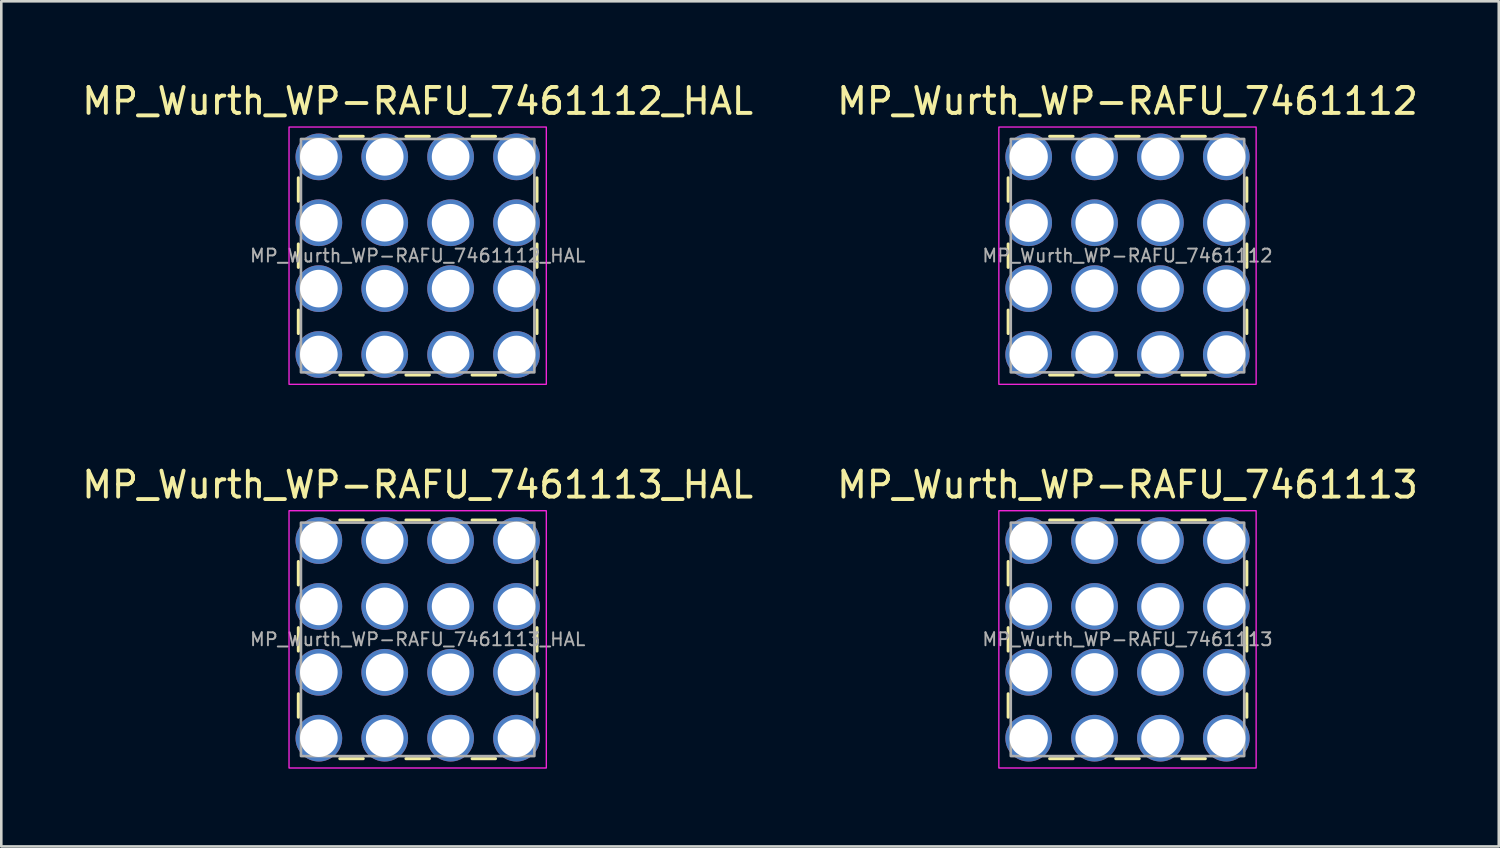
<source format=kicad_pcb>
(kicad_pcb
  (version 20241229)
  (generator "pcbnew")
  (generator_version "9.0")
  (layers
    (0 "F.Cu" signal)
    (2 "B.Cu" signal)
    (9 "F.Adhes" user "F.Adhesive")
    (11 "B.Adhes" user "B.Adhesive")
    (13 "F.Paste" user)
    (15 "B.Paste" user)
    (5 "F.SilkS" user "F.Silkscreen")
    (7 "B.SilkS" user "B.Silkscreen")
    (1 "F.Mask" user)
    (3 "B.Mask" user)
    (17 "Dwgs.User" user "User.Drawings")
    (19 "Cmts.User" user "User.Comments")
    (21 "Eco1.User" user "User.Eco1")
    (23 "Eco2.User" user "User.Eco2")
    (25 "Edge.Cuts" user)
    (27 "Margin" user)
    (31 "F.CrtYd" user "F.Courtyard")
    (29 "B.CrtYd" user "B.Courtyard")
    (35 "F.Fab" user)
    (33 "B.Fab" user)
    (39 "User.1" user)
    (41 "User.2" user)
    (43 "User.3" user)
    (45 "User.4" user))
  (footprint "MP_Wurth_WP-RAFU_7461112_HAL"
    (layer "F.Cu")
    (at 13.054 6.808)
    (property "Reference" "MP_Wurth_WP-RAFU_7461112_HAL" (at 0 -5.96 0) (unlocked yes) (layer "F.SilkS") (effects (font (size 1 1) (thickness 0.15))))
    (attr through_hole)
    (fp_line (start -4.6 -2.1) (end -4.6 -3) (stroke (width 0.12) (type solid)) (layer "F.SilkS"))
    (fp_line (start -4.6 0.45) (end -4.6 -0.45) (stroke (width 0.12) (type solid)) (layer "F.SilkS"))
    (fp_line (start -4.6 3) (end -4.6 2.1) (stroke (width 0.12) (type solid)) (layer "F.SilkS"))
    (fp_line (start -3 -4.6) (end -2.1 -4.6) (stroke (width 0.12) (type solid)) (layer "F.SilkS"))
    (fp_line (start -2.1 4.6) (end -3 4.6) (stroke (width 0.12) (type solid)) (layer "F.SilkS"))
    (fp_line (start -0.45 -4.6) (end 0.45 -4.6) (stroke (width 0.12) (type solid)) (layer "F.SilkS"))
    (fp_line (start 0.45 4.6) (end -0.45 4.6) (stroke (width 0.12) (type solid)) (layer "F.SilkS"))
    (fp_line (start 2.1 -4.6) (end 3 -4.6) (stroke (width 0.12) (type solid)) (layer "F.SilkS"))
    (fp_line (start 3 4.6) (end 2.1 4.6) (stroke (width 0.12) (type solid)) (layer "F.SilkS"))
    (fp_line (start 4.6 -3) (end 4.6 -2.1) (stroke (width 0.12) (type solid)) (layer "F.SilkS"))
    (fp_line (start 4.6 -0.45) (end 4.6 0.45) (stroke (width 0.12) (type solid)) (layer "F.SilkS"))
    (fp_line (start 4.6 2.1) (end 4.6 3) (stroke (width 0.12) (type solid)) (layer "F.SilkS"))
    (fp_rect (start -4.96 -4.96) (end 4.96 4.96) (stroke (width 0.05) (type solid)) (fill no) (layer "F.CrtYd"))
    (fp_rect (start -4.5 -4.5) (end 4.5 4.5) (stroke (width 0.1) (type solid)) (fill no) (layer "F.Fab"))
    (fp_text user "${REFERENCE}" (at 0 0 0) (unlocked yes) (layer "F.Fab") (effects (font (size 0.5 0.5) (thickness 0.075))))
    (pad "1" thru_hole circle (at -3.81 -3.81) (size 1.8 1.8) (drill 1.45) (layers "*.Cu" "*.Mask"))
    (pad "1" thru_hole circle (at -3.81 -1.27) (size 1.8 1.8) (drill 1.45) (layers "*.Cu" "*.Mask"))
    (pad "1" thru_hole circle (at -3.81 1.27) (size 1.8 1.8) (drill 1.45) (layers "*.Cu" "*.Mask"))
    (pad "1" thru_hole circle (at -3.81 3.81) (size 1.8 1.8) (drill 1.45) (layers "*.Cu" "*.Mask"))
    (pad "1" thru_hole circle (at -1.27 -3.81) (size 1.8 1.8) (drill 1.45) (layers "*.Cu" "*.Mask"))
    (pad "1" thru_hole circle (at -1.27 -1.27) (size 1.8 1.8) (drill 1.45) (layers "*.Cu" "*.Mask"))
    (pad "1" thru_hole circle (at -1.27 1.27) (size 1.8 1.8) (drill 1.45) (layers "*.Cu" "*.Mask"))
    (pad "1" thru_hole circle (at -1.27 3.81) (size 1.8 1.8) (drill 1.45) (layers "*.Cu" "*.Mask"))
    (pad "1" thru_hole circle (at 1.27 -3.81) (size 1.8 1.8) (drill 1.45) (layers "*.Cu" "*.Mask"))
    (pad "1" thru_hole circle (at 1.27 -1.27) (size 1.8 1.8) (drill 1.45) (layers "*.Cu" "*.Mask"))
    (pad "1" thru_hole circle (at 1.27 1.27) (size 1.8 1.8) (drill 1.45) (layers "*.Cu" "*.Mask"))
    (pad "1" thru_hole circle (at 1.27 3.81) (size 1.8 1.8) (drill 1.45) (layers "*.Cu" "*.Mask"))
    (pad "1" thru_hole circle (at 3.81 -3.81) (size 1.8 1.8) (drill 1.45) (layers "*.Cu" "*.Mask"))
    (pad "1" thru_hole circle (at 3.81 -1.27) (size 1.8 1.8) (drill 1.45) (layers "*.Cu" "*.Mask"))
    (pad "1" thru_hole circle (at 3.81 1.27) (size 1.8 1.8) (drill 1.45) (layers "*.Cu" "*.Mask"))
    (pad "1" thru_hole circle (at 3.81 3.81) (size 1.8 1.8) (drill 1.45) (layers "*.Cu" "*.Mask")))
  (footprint "MP_Wurth_WP-RAFU_7461112"
    (layer "F.Cu")
    (at 40.423 6.808)
    (property "Reference" "MP_Wurth_WP-RAFU_7461112" (at 0 -5.96 0) (unlocked yes) (layer "F.SilkS") (effects (font (size 1 1) (thickness 0.15))))
    (attr through_hole)
    (fp_line (start -4.6 -2.1) (end -4.6 -3) (stroke (width 0.12) (type solid)) (layer "F.SilkS"))
    (fp_line (start -4.6 0.45) (end -4.6 -0.45) (stroke (width 0.12) (type solid)) (layer "F.SilkS"))
    (fp_line (start -4.6 3) (end -4.6 2.1) (stroke (width 0.12) (type solid)) (layer "F.SilkS"))
    (fp_line (start -3 -4.6) (end -2.1 -4.6) (stroke (width 0.12) (type solid)) (layer "F.SilkS"))
    (fp_line (start -2.1 4.6) (end -3 4.6) (stroke (width 0.12) (type solid)) (layer "F.SilkS"))
    (fp_line (start -0.45 -4.6) (end 0.45 -4.6) (stroke (width 0.12) (type solid)) (layer "F.SilkS"))
    (fp_line (start 0.45 4.6) (end -0.45 4.6) (stroke (width 0.12) (type solid)) (layer "F.SilkS"))
    (fp_line (start 2.1 -4.6) (end 3 -4.6) (stroke (width 0.12) (type solid)) (layer "F.SilkS"))
    (fp_line (start 3 4.6) (end 2.1 4.6) (stroke (width 0.12) (type solid)) (layer "F.SilkS"))
    (fp_line (start 4.6 -3) (end 4.6 -2.1) (stroke (width 0.12) (type solid)) (layer "F.SilkS"))
    (fp_line (start 4.6 -0.45) (end 4.6 0.45) (stroke (width 0.12) (type solid)) (layer "F.SilkS"))
    (fp_line (start 4.6 2.1) (end 4.6 3) (stroke (width 0.12) (type solid)) (layer "F.SilkS"))
    (fp_rect (start -4.96 -4.96) (end 4.96 4.96) (stroke (width 0.05) (type solid)) (fill no) (layer "F.CrtYd"))
    (fp_rect (start -4.5 -4.5) (end 4.5 4.5) (stroke (width 0.1) (type solid)) (fill no) (layer "F.Fab"))
    (fp_text user "${REFERENCE}" (at 0 0 0) (unlocked yes) (layer "F.Fab") (effects (font (size 0.5 0.5) (thickness 0.075))))
    (pad "1" thru_hole circle (at -3.81 -3.81) (size 1.8 1.8) (drill 1.475) (layers "*.Cu" "*.Mask"))
    (pad "1" thru_hole circle (at -3.81 -1.27) (size 1.8 1.8) (drill 1.475) (layers "*.Cu" "*.Mask"))
    (pad "1" thru_hole circle (at -3.81 1.27) (size 1.8 1.8) (drill 1.475) (layers "*.Cu" "*.Mask"))
    (pad "1" thru_hole circle (at -3.81 3.81) (size 1.8 1.8) (drill 1.475) (layers "*.Cu" "*.Mask"))
    (pad "1" thru_hole circle (at -1.27 -3.81) (size 1.8 1.8) (drill 1.475) (layers "*.Cu" "*.Mask"))
    (pad "1" thru_hole circle (at -1.27 -1.27) (size 1.8 1.8) (drill 1.475) (layers "*.Cu" "*.Mask"))
    (pad "1" thru_hole circle (at -1.27 1.27) (size 1.8 1.8) (drill 1.475) (layers "*.Cu" "*.Mask"))
    (pad "1" thru_hole circle (at -1.27 3.81) (size 1.8 1.8) (drill 1.475) (layers "*.Cu" "*.Mask"))
    (pad "1" thru_hole circle (at 1.27 -3.81) (size 1.8 1.8) (drill 1.475) (layers "*.Cu" "*.Mask"))
    (pad "1" thru_hole circle (at 1.27 -1.27) (size 1.8 1.8) (drill 1.475) (layers "*.Cu" "*.Mask"))
    (pad "1" thru_hole circle (at 1.27 1.27) (size 1.8 1.8) (drill 1.475) (layers "*.Cu" "*.Mask"))
    (pad "1" thru_hole circle (at 1.27 3.81) (size 1.8 1.8) (drill 1.475) (layers "*.Cu" "*.Mask"))
    (pad "1" thru_hole circle (at 3.81 -3.81) (size 1.8 1.8) (drill 1.475) (layers "*.Cu" "*.Mask"))
    (pad "1" thru_hole circle (at 3.81 -1.27) (size 1.8 1.8) (drill 1.475) (layers "*.Cu" "*.Mask"))
    (pad "1" thru_hole circle (at 3.81 1.27) (size 1.8 1.8) (drill 1.475) (layers "*.Cu" "*.Mask"))
    (pad "1" thru_hole circle (at 3.81 3.81) (size 1.8 1.8) (drill 1.475) (layers "*.Cu" "*.Mask")))
  (footprint "MP_Wurth_WP-RAFU_7461113_HAL"
    (layer "F.Cu")
    (at 13.054 21.602)
    (property "Reference" "MP_Wurth_WP-RAFU_7461113_HAL" (at 0 -5.96 0) (unlocked yes) (layer "F.SilkS") (effects (font (size 1 1) (thickness 0.15))))
    (attr through_hole)
    (fp_line (start -4.6 -2.1) (end -4.6 -3) (stroke (width 0.12) (type solid)) (layer "F.SilkS"))
    (fp_line (start -4.6 0.45) (end -4.6 -0.45) (stroke (width 0.12) (type solid)) (layer "F.SilkS"))
    (fp_line (start -4.6 3) (end -4.6 2.1) (stroke (width 0.12) (type solid)) (layer "F.SilkS"))
    (fp_line (start -3 -4.6) (end -2.1 -4.6) (stroke (width 0.12) (type solid)) (layer "F.SilkS"))
    (fp_line (start -2.1 4.6) (end -3 4.6) (stroke (width 0.12) (type solid)) (layer "F.SilkS"))
    (fp_line (start -0.45 -4.6) (end 0.45 -4.6) (stroke (width 0.12) (type solid)) (layer "F.SilkS"))
    (fp_line (start 0.45 4.6) (end -0.45 4.6) (stroke (width 0.12) (type solid)) (layer "F.SilkS"))
    (fp_line (start 2.1 -4.6) (end 3 -4.6) (stroke (width 0.12) (type solid)) (layer "F.SilkS"))
    (fp_line (start 3 4.6) (end 2.1 4.6) (stroke (width 0.12) (type solid)) (layer "F.SilkS"))
    (fp_line (start 4.6 -3) (end 4.6 -2.1) (stroke (width 0.12) (type solid)) (layer "F.SilkS"))
    (fp_line (start 4.6 -0.45) (end 4.6 0.45) (stroke (width 0.12) (type solid)) (layer "F.SilkS"))
    (fp_line (start 4.6 2.1) (end 4.6 3) (stroke (width 0.12) (type solid)) (layer "F.SilkS"))
    (fp_rect (start -4.96 -4.96) (end 4.96 4.96) (stroke (width 0.05) (type solid)) (fill no) (layer "F.CrtYd"))
    (fp_rect (start -4.5 -4.5) (end 4.5 4.5) (stroke (width 0.1) (type solid)) (fill no) (layer "F.Fab"))
    (fp_text user "${REFERENCE}" (at 0 0 0) (unlocked yes) (layer "F.Fab") (effects (font (size 0.5 0.5) (thickness 0.075))))
    (pad "1" thru_hole circle (at -3.81 -3.81) (size 1.8 1.8) (drill 1.45) (layers "*.Cu" "*.Mask"))
    (pad "1" thru_hole circle (at -3.81 -1.27) (size 1.8 1.8) (drill 1.45) (layers "*.Cu" "*.Mask"))
    (pad "1" thru_hole circle (at -3.81 1.27) (size 1.8 1.8) (drill 1.45) (layers "*.Cu" "*.Mask"))
    (pad "1" thru_hole circle (at -3.81 3.81) (size 1.8 1.8) (drill 1.45) (layers "*.Cu" "*.Mask"))
    (pad "1" thru_hole circle (at -1.27 -3.81) (size 1.8 1.8) (drill 1.45) (layers "*.Cu" "*.Mask"))
    (pad "1" thru_hole circle (at -1.27 -1.27) (size 1.8 1.8) (drill 1.45) (layers "*.Cu" "*.Mask"))
    (pad "1" thru_hole circle (at -1.27 1.27) (size 1.8 1.8) (drill 1.45) (layers "*.Cu" "*.Mask"))
    (pad "1" thru_hole circle (at -1.27 3.81) (size 1.8 1.8) (drill 1.45) (layers "*.Cu" "*.Mask"))
    (pad "1" thru_hole circle (at 1.27 -3.81) (size 1.8 1.8) (drill 1.45) (layers "*.Cu" "*.Mask"))
    (pad "1" thru_hole circle (at 1.27 -1.27) (size 1.8 1.8) (drill 1.45) (layers "*.Cu" "*.Mask"))
    (pad "1" thru_hole circle (at 1.27 1.27) (size 1.8 1.8) (drill 1.45) (layers "*.Cu" "*.Mask"))
    (pad "1" thru_hole circle (at 1.27 3.81) (size 1.8 1.8) (drill 1.45) (layers "*.Cu" "*.Mask"))
    (pad "1" thru_hole circle (at 3.81 -3.81) (size 1.8 1.8) (drill 1.45) (layers "*.Cu" "*.Mask"))
    (pad "1" thru_hole circle (at 3.81 -1.27) (size 1.8 1.8) (drill 1.45) (layers "*.Cu" "*.Mask"))
    (pad "1" thru_hole circle (at 3.81 1.27) (size 1.8 1.8) (drill 1.45) (layers "*.Cu" "*.Mask"))
    (pad "1" thru_hole circle (at 3.81 3.81) (size 1.8 1.8) (drill 1.45) (layers "*.Cu" "*.Mask")))
  (footprint "MP_Wurth_WP-RAFU_7461113"
    (layer "F.Cu")
    (at 40.423 21.602)
    (property "Reference" "MP_Wurth_WP-RAFU_7461113" (at 0 -5.96 0) (unlocked yes) (layer "F.SilkS") (effects (font (size 1 1) (thickness 0.15))))
    (attr through_hole)
    (fp_line (start -4.6 -2.1) (end -4.6 -3) (stroke (width 0.12) (type solid)) (layer "F.SilkS"))
    (fp_line (start -4.6 0.45) (end -4.6 -0.45) (stroke (width 0.12) (type solid)) (layer "F.SilkS"))
    (fp_line (start -4.6 3) (end -4.6 2.1) (stroke (width 0.12) (type solid)) (layer "F.SilkS"))
    (fp_line (start -3 -4.6) (end -2.1 -4.6) (stroke (width 0.12) (type solid)) (layer "F.SilkS"))
    (fp_line (start -2.1 4.6) (end -3 4.6) (stroke (width 0.12) (type solid)) (layer "F.SilkS"))
    (fp_line (start -0.45 -4.6) (end 0.45 -4.6) (stroke (width 0.12) (type solid)) (layer "F.SilkS"))
    (fp_line (start 0.45 4.6) (end -0.45 4.6) (stroke (width 0.12) (type solid)) (layer "F.SilkS"))
    (fp_line (start 2.1 -4.6) (end 3 -4.6) (stroke (width 0.12) (type solid)) (layer "F.SilkS"))
    (fp_line (start 3 4.6) (end 2.1 4.6) (stroke (width 0.12) (type solid)) (layer "F.SilkS"))
    (fp_line (start 4.6 -3) (end 4.6 -2.1) (stroke (width 0.12) (type solid)) (layer "F.SilkS"))
    (fp_line (start 4.6 -0.45) (end 4.6 0.45) (stroke (width 0.12) (type solid)) (layer "F.SilkS"))
    (fp_line (start 4.6 2.1) (end 4.6 3) (stroke (width 0.12) (type solid)) (layer "F.SilkS"))
    (fp_rect (start -4.96 -4.96) (end 4.96 4.96) (stroke (width 0.05) (type solid)) (fill no) (layer "F.CrtYd"))
    (fp_rect (start -4.5 -4.5) (end 4.5 4.5) (stroke (width 0.1) (type solid)) (fill no) (layer "F.Fab"))
    (fp_text user "${REFERENCE}" (at 0 0 0) (unlocked yes) (layer "F.Fab") (effects (font (size 0.5 0.5) (thickness 0.075))))
    (pad "1" thru_hole circle (at -3.81 -3.81) (size 1.8 1.8) (drill 1.475) (layers "*.Cu" "*.Mask"))
    (pad "1" thru_hole circle (at -3.81 -1.27) (size 1.8 1.8) (drill 1.475) (layers "*.Cu" "*.Mask"))
    (pad "1" thru_hole circle (at -3.81 1.27) (size 1.8 1.8) (drill 1.475) (layers "*.Cu" "*.Mask"))
    (pad "1" thru_hole circle (at -3.81 3.81) (size 1.8 1.8) (drill 1.475) (layers "*.Cu" "*.Mask"))
    (pad "1" thru_hole circle (at -1.27 -3.81) (size 1.8 1.8) (drill 1.475) (layers "*.Cu" "*.Mask"))
    (pad "1" thru_hole circle (at -1.27 -1.27) (size 1.8 1.8) (drill 1.475) (layers "*.Cu" "*.Mask"))
    (pad "1" thru_hole circle (at -1.27 1.27) (size 1.8 1.8) (drill 1.475) (layers "*.Cu" "*.Mask"))
    (pad "1" thru_hole circle (at -1.27 3.81) (size 1.8 1.8) (drill 1.475) (layers "*.Cu" "*.Mask"))
    (pad "1" thru_hole circle (at 1.27 -3.81) (size 1.8 1.8) (drill 1.475) (layers "*.Cu" "*.Mask"))
    (pad "1" thru_hole circle (at 1.27 -1.27) (size 1.8 1.8) (drill 1.475) (layers "*.Cu" "*.Mask"))
    (pad "1" thru_hole circle (at 1.27 1.27) (size 1.8 1.8) (drill 1.475) (layers "*.Cu" "*.Mask"))
    (pad "1" thru_hole circle (at 1.27 3.81) (size 1.8 1.8) (drill 1.475) (layers "*.Cu" "*.Mask"))
    (pad "1" thru_hole circle (at 3.81 -3.81) (size 1.8 1.8) (drill 1.475) (layers "*.Cu" "*.Mask"))
    (pad "1" thru_hole circle (at 3.81 -1.27) (size 1.8 1.8) (drill 1.475) (layers "*.Cu" "*.Mask"))
    (pad "1" thru_hole circle (at 3.81 1.27) (size 1.8 1.8) (drill 1.475) (layers "*.Cu" "*.Mask"))
    (pad "1" thru_hole circle (at 3.81 3.81) (size 1.8 1.8) (drill 1.475) (layers "*.Cu" "*.Mask")))
  (gr_rect
    (start -3 -3)
    (end 54.738 29.587)
    (stroke (width 0.1) (type default))
    (fill no)
    (layer "Edge.Cuts")))
</source>
